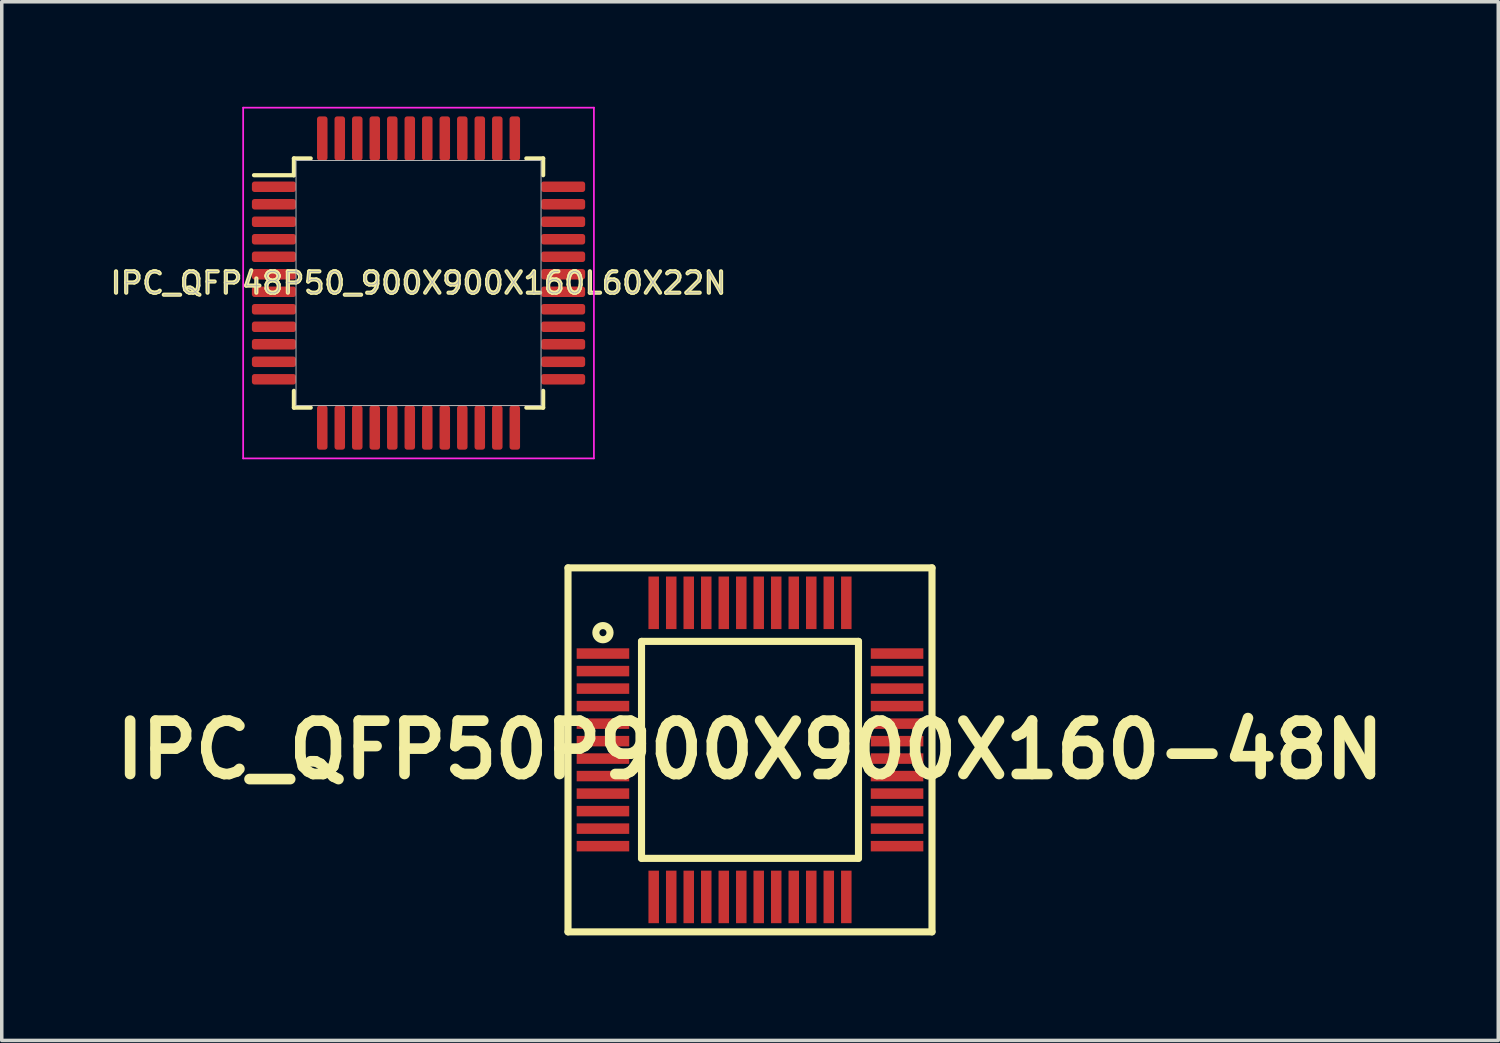
<source format=kicad_pcb>
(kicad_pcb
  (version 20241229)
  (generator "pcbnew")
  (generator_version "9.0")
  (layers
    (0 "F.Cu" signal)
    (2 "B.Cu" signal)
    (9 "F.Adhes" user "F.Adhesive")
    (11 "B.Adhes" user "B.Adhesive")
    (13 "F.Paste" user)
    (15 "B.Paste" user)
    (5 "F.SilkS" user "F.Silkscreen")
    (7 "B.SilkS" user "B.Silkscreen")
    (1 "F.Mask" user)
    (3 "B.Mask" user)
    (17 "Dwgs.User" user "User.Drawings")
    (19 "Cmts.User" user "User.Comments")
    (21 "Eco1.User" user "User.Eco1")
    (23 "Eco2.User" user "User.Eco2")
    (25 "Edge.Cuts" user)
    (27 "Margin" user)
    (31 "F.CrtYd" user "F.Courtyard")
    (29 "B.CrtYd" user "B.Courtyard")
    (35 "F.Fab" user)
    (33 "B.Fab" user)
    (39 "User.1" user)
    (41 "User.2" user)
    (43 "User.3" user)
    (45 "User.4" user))
  (footprint "IPC_QFP48P50_900X900X160L60X22N"
    (layer "F.Cu")
    (at 8.906 5.035)
    (property "Reference" "IPC_QFP48P50_900X900X160L60X22N" (at 0 0 0) (layer "F.SilkS") (effects (font (size 0.61 0.61) (thickness 0.12))))
    (attr smd)
    (fp_line (start -4.7 -3.08) (end -3.56 -3.08) (stroke (width 0.12) (type solid)) (layer "F.SilkS"))
    (fp_line (start -3.56 -3.56) (end -3.08 -3.56) (stroke (width 0.12) (type solid)) (layer "F.SilkS"))
    (fp_line (start -3.56 -3.08) (end -3.56 -3.56) (stroke (width 0.12) (type solid)) (layer "F.SilkS"))
    (fp_line (start -3.56 -3.08) (end -3.56 -3.08) (stroke (width 0.12) (type solid)) (layer "F.SilkS"))
    (fp_line (start -3.56 3.56) (end -3.56 3.08) (stroke (width 0.12) (type solid)) (layer "F.SilkS"))
    (fp_line (start -3.08 3.56) (end -3.56 3.56) (stroke (width 0.12) (type solid)) (layer "F.SilkS"))
    (fp_line (start 3.08 -3.56) (end 3.56 -3.56) (stroke (width 0.12) (type solid)) (layer "F.SilkS"))
    (fp_line (start 3.56 -3.56) (end 3.56 -3.08) (stroke (width 0.12) (type solid)) (layer "F.SilkS"))
    (fp_line (start 3.56 3.08) (end 3.56 3.56) (stroke (width 0.12) (type solid)) (layer "F.SilkS"))
    (fp_line (start 3.56 3.56) (end 3.08 3.56) (stroke (width 0.12) (type solid)) (layer "F.SilkS"))
    (fp_line (start -5.01 -5.01) (end 5.01 -5.01) (stroke (width 0.05) (type solid)) (layer "F.CrtYd"))
    (fp_line (start -5.01 5.01) (end -5.01 -5.01) (stroke (width 0.05) (type solid)) (layer "F.CrtYd"))
    (fp_line (start 5.01 -5.01) (end 5.01 5.01) (stroke (width 0.05) (type solid)) (layer "F.CrtYd"))
    (fp_line (start 5.01 5.01) (end -5.01 5.01) (stroke (width 0.05) (type solid)) (layer "F.CrtYd"))
    (fp_line (start -3.5 -3.5) (end 3.5 -3.5) (stroke (width 0.03) (type solid)) (layer "F.Fab"))
    (fp_line (start -3.5 3.5) (end -3.5 -3.5) (stroke (width 0.03) (type solid)) (layer "F.Fab"))
    (fp_line (start 3.5 -3.5) (end 3.5 3.5) (stroke (width 0.03) (type solid)) (layer "F.Fab"))
    (fp_line (start 3.5 3.5) (end -3.5 3.5) (stroke (width 0.03) (type solid)) (layer "F.Fab"))
    (fp_text user "${REFERENCE}" (at 0 0 0) (layer "F.Fab") (effects (font (size 0.61 0.61) (thickness 0.025))))
    (pad "1" smd roundrect (at -4.13 -2.75 270) (size 0.3 1.26) (layers "F.Cu" "F.Mask" "F.Paste") (roundrect_rratio 0.25))
    (pad "2" smd roundrect (at -4.13 -2.25 270) (size 0.3 1.26) (layers "F.Cu" "F.Mask" "F.Paste") (roundrect_rratio 0.25))
    (pad "3" smd roundrect (at -4.13 -1.75 270) (size 0.3 1.26) (layers "F.Cu" "F.Mask" "F.Paste") (roundrect_rratio 0.25))
    (pad "4" smd roundrect (at -4.13 -1.25 270) (size 0.3 1.26) (layers "F.Cu" "F.Mask" "F.Paste") (roundrect_rratio 0.25))
    (pad "5" smd roundrect (at -4.13 -0.75 270) (size 0.3 1.26) (layers "F.Cu" "F.Mask" "F.Paste") (roundrect_rratio 0.25))
    (pad "6" smd roundrect (at -4.13 -0.25 270) (size 0.3 1.26) (layers "F.Cu" "F.Mask" "F.Paste") (roundrect_rratio 0.25))
    (pad "7" smd roundrect (at -4.13 0.25 270) (size 0.3 1.26) (layers "F.Cu" "F.Mask" "F.Paste") (roundrect_rratio 0.25))
    (pad "8" smd roundrect (at -4.13 0.75 270) (size 0.3 1.26) (layers "F.Cu" "F.Mask" "F.Paste") (roundrect_rratio 0.25))
    (pad "9" smd roundrect (at -4.13 1.25 270) (size 0.3 1.26) (layers "F.Cu" "F.Mask" "F.Paste") (roundrect_rratio 0.25))
    (pad "10" smd roundrect (at -4.13 1.75 270) (size 0.3 1.26) (layers "F.Cu" "F.Mask" "F.Paste") (roundrect_rratio 0.25))
    (pad "11" smd roundrect (at -4.13 2.25 270) (size 0.3 1.26) (layers "F.Cu" "F.Mask" "F.Paste") (roundrect_rratio 0.25))
    (pad "12" smd roundrect (at -4.13 2.75 270) (size 0.3 1.26) (layers "F.Cu" "F.Mask" "F.Paste") (roundrect_rratio 0.25))
    (pad "13" smd roundrect (at -2.75 4.13) (size 0.3 1.26) (layers "F.Cu" "F.Mask" "F.Paste") (roundrect_rratio 0.25))
    (pad "14" smd roundrect (at -2.25 4.13) (size 0.3 1.26) (layers "F.Cu" "F.Mask" "F.Paste") (roundrect_rratio 0.25))
    (pad "15" smd roundrect (at -1.75 4.13) (size 0.3 1.26) (layers "F.Cu" "F.Mask" "F.Paste") (roundrect_rratio 0.25))
    (pad "16" smd roundrect (at -1.25 4.13) (size 0.3 1.26) (layers "F.Cu" "F.Mask" "F.Paste") (roundrect_rratio 0.25))
    (pad "17" smd roundrect (at -0.75 4.13) (size 0.3 1.26) (layers "F.Cu" "F.Mask" "F.Paste") (roundrect_rratio 0.25))
    (pad "18" smd roundrect (at -0.25 4.13) (size 0.3 1.26) (layers "F.Cu" "F.Mask" "F.Paste") (roundrect_rratio 0.25))
    (pad "19" smd roundrect (at 0.25 4.13) (size 0.3 1.26) (layers "F.Cu" "F.Mask" "F.Paste") (roundrect_rratio 0.25))
    (pad "20" smd roundrect (at 0.75 4.13) (size 0.3 1.26) (layers "F.Cu" "F.Mask" "F.Paste") (roundrect_rratio 0.25))
    (pad "21" smd roundrect (at 1.25 4.13) (size 0.3 1.26) (layers "F.Cu" "F.Mask" "F.Paste") (roundrect_rratio 0.25))
    (pad "22" smd roundrect (at 1.75 4.13) (size 0.3 1.26) (layers "F.Cu" "F.Mask" "F.Paste") (roundrect_rratio 0.25))
    (pad "23" smd roundrect (at 2.25 4.13) (size 0.3 1.26) (layers "F.Cu" "F.Mask" "F.Paste") (roundrect_rratio 0.25))
    (pad "24" smd roundrect (at 2.75 4.13) (size 0.3 1.26) (layers "F.Cu" "F.Mask" "F.Paste") (roundrect_rratio 0.25))
    (pad "25" smd roundrect (at 4.13 2.75 90) (size 0.3 1.26) (layers "F.Cu" "F.Mask" "F.Paste") (roundrect_rratio 0.25))
    (pad "26" smd roundrect (at 4.13 2.25 90) (size 0.3 1.26) (layers "F.Cu" "F.Mask" "F.Paste") (roundrect_rratio 0.25))
    (pad "27" smd roundrect (at 4.13 1.75 90) (size 0.3 1.26) (layers "F.Cu" "F.Mask" "F.Paste") (roundrect_rratio 0.25))
    (pad "28" smd roundrect (at 4.13 1.25 90) (size 0.3 1.26) (layers "F.Cu" "F.Mask" "F.Paste") (roundrect_rratio 0.25))
    (pad "29" smd roundrect (at 4.13 0.75 90) (size 0.3 1.26) (layers "F.Cu" "F.Mask" "F.Paste") (roundrect_rratio 0.25))
    (pad "30" smd roundrect (at 4.13 0.25 90) (size 0.3 1.26) (layers "F.Cu" "F.Mask" "F.Paste") (roundrect_rratio 0.25))
    (pad "31" smd roundrect (at 4.13 -0.25 90) (size 0.3 1.26) (layers "F.Cu" "F.Mask" "F.Paste") (roundrect_rratio 0.25))
    (pad "32" smd roundrect (at 4.13 -0.75 90) (size 0.3 1.26) (layers "F.Cu" "F.Mask" "F.Paste") (roundrect_rratio 0.25))
    (pad "33" smd roundrect (at 4.13 -1.25 90) (size 0.3 1.26) (layers "F.Cu" "F.Mask" "F.Paste") (roundrect_rratio 0.25))
    (pad "34" smd roundrect (at 4.13 -1.75 90) (size 0.3 1.26) (layers "F.Cu" "F.Mask" "F.Paste") (roundrect_rratio 0.25))
    (pad "35" smd roundrect (at 4.13 -2.25 90) (size 0.3 1.26) (layers "F.Cu" "F.Mask" "F.Paste") (roundrect_rratio 0.25))
    (pad "36" smd roundrect (at 4.13 -2.75 90) (size 0.3 1.26) (layers "F.Cu" "F.Mask" "F.Paste") (roundrect_rratio 0.25))
    (pad "37" smd roundrect (at 2.75 -4.13 180) (size 0.3 1.26) (layers "F.Cu" "F.Mask" "F.Paste") (roundrect_rratio 0.25))
    (pad "38" smd roundrect (at 2.25 -4.13 180) (size 0.3 1.26) (layers "F.Cu" "F.Mask" "F.Paste") (roundrect_rratio 0.25))
    (pad "39" smd roundrect (at 1.75 -4.13 180) (size 0.3 1.26) (layers "F.Cu" "F.Mask" "F.Paste") (roundrect_rratio 0.25))
    (pad "40" smd roundrect (at 1.25 -4.13 180) (size 0.3 1.26) (layers "F.Cu" "F.Mask" "F.Paste") (roundrect_rratio 0.25))
    (pad "41" smd roundrect (at 0.75 -4.13 180) (size 0.3 1.26) (layers "F.Cu" "F.Mask" "F.Paste") (roundrect_rratio 0.25))
    (pad "42" smd roundrect (at 0.25 -4.13 180) (size 0.3 1.26) (layers "F.Cu" "F.Mask" "F.Paste") (roundrect_rratio 0.25))
    (pad "43" smd roundrect (at -0.25 -4.13 180) (size 0.3 1.26) (layers "F.Cu" "F.Mask" "F.Paste") (roundrect_rratio 0.25))
    (pad "44" smd roundrect (at -0.75 -4.13 180) (size 0.3 1.26) (layers "F.Cu" "F.Mask" "F.Paste") (roundrect_rratio 0.25))
    (pad "45" smd roundrect (at -1.25 -4.13 180) (size 0.3 1.26) (layers "F.Cu" "F.Mask" "F.Paste") (roundrect_rratio 0.25))
    (pad "46" smd roundrect (at -1.75 -4.13 180) (size 0.3 1.26) (layers "F.Cu" "F.Mask" "F.Paste") (roundrect_rratio 0.25))
    (pad "47" smd roundrect (at -2.25 -4.13 180) (size 0.3 1.26) (layers "F.Cu" "F.Mask" "F.Paste") (roundrect_rratio 0.25))
    (pad "48" smd roundrect (at -2.75 -4.13 180) (size 0.3 1.26) (layers "F.Cu" "F.Mask" "F.Paste") (roundrect_rratio 0.25)))
  (footprint "IPC_QFP50P900X900X160-48N"
    (layer "F.Cu")
    (at 18.375 18.371)
    (property "Reference" "IPC_QFP50P900X900X160-48N" (at 0 0 0) (layer "F.SilkS") (effects (font (size 1.524 1.524) (thickness 0.305))))
    (attr through_hole)
    (fp_line (start -5.199 -5.199) (end 5.199 -5.199) (stroke (width 0.203) (type solid)) (layer "F.SilkS"))
    (fp_line (start -5.199 5.199) (end -5.199 -5.199) (stroke (width 0.203) (type solid)) (layer "F.SilkS"))
    (fp_line (start -3.099 -3.099) (end 3.099 -3.099) (stroke (width 0.203) (type solid)) (layer "F.SilkS"))
    (fp_line (start -3.099 3.099) (end -3.099 -3.099) (stroke (width 0.203) (type solid)) (layer "F.SilkS"))
    (fp_line (start 3.099 -3.099) (end 3.099 3.099) (stroke (width 0.203) (type solid)) (layer "F.SilkS"))
    (fp_line (start 3.099 3.099) (end -3.099 3.099) (stroke (width 0.203) (type solid)) (layer "F.SilkS"))
    (fp_line (start 5.199 -5.199) (end 5.199 5.199) (stroke (width 0.203) (type solid)) (layer "F.SilkS"))
    (fp_line (start 5.199 5.199) (end -5.199 5.199) (stroke (width 0.203) (type solid)) (layer "F.SilkS"))
    (fp_circle (center -4.201 -3.348) (end -4.1 -3.348) (stroke (width 0.203) (type solid)) (fill no) (layer "F.SilkS"))
    (pad "1" smd rect (at -4.201 -2.751) (size 1.501 0.3) (layers "F.Cu" "F.Mask" "F.Paste"))
    (pad "2" smd rect (at -4.201 -2.25) (size 1.501 0.3) (layers "F.Cu" "F.Mask" "F.Paste"))
    (pad "3" smd rect (at -4.201 -1.75) (size 1.501 0.3) (layers "F.Cu" "F.Mask" "F.Paste"))
    (pad "4" smd rect (at -4.201 -1.25) (size 1.501 0.3) (layers "F.Cu" "F.Mask" "F.Paste"))
    (pad "5" smd rect (at -4.201 -0.749) (size 1.501 0.3) (layers "F.Cu" "F.Mask" "F.Paste"))
    (pad "6" smd rect (at -4.201 -0.249) (size 1.501 0.3) (layers "F.Cu" "F.Mask" "F.Paste"))
    (pad "7" smd rect (at -4.201 0.249) (size 1.501 0.3) (layers "F.Cu" "F.Mask" "F.Paste"))
    (pad "8" smd rect (at -4.201 0.749) (size 1.501 0.3) (layers "F.Cu" "F.Mask" "F.Paste"))
    (pad "9" smd rect (at -4.201 1.25) (size 1.501 0.3) (layers "F.Cu" "F.Mask" "F.Paste"))
    (pad "10" smd rect (at -4.201 1.75) (size 1.501 0.3) (layers "F.Cu" "F.Mask" "F.Paste"))
    (pad "11" smd rect (at -4.201 2.25) (size 1.501 0.3) (layers "F.Cu" "F.Mask" "F.Paste"))
    (pad "12" smd rect (at -4.201 2.751) (size 1.501 0.3) (layers "F.Cu" "F.Mask" "F.Paste"))
    (pad "13" smd rect (at -2.751 4.201 90) (size 1.501 0.3) (layers "F.Cu" "F.Mask" "F.Paste"))
    (pad "14" smd rect (at -2.25 4.201 90) (size 1.501 0.3) (layers "F.Cu" "F.Mask" "F.Paste"))
    (pad "15" smd rect (at -1.75 4.201 90) (size 1.501 0.3) (layers "F.Cu" "F.Mask" "F.Paste"))
    (pad "16" smd rect (at -1.25 4.201 90) (size 1.501 0.3) (layers "F.Cu" "F.Mask" "F.Paste"))
    (pad "17" smd rect (at -0.749 4.201 90) (size 1.501 0.3) (layers "F.Cu" "F.Mask" "F.Paste"))
    (pad "18" smd rect (at -0.249 4.201 90) (size 1.501 0.3) (layers "F.Cu" "F.Mask" "F.Paste"))
    (pad "19" smd rect (at 0.249 4.201 90) (size 1.501 0.3) (layers "F.Cu" "F.Mask" "F.Paste"))
    (pad "20" smd rect (at 0.749 4.201 90) (size 1.501 0.3) (layers "F.Cu" "F.Mask" "F.Paste"))
    (pad "21" smd rect (at 1.25 4.201 90) (size 1.501 0.3) (layers "F.Cu" "F.Mask" "F.Paste"))
    (pad "22" smd rect (at 1.75 4.201 90) (size 1.501 0.3) (layers "F.Cu" "F.Mask" "F.Paste"))
    (pad "23" smd rect (at 2.25 4.201 90) (size 1.501 0.3) (layers "F.Cu" "F.Mask" "F.Paste"))
    (pad "24" smd rect (at 2.751 4.201 90) (size 1.501 0.3) (layers "F.Cu" "F.Mask" "F.Paste"))
    (pad "25" smd rect (at 4.201 2.751 180) (size 1.501 0.3) (layers "F.Cu" "F.Mask" "F.Paste"))
    (pad "26" smd rect (at 4.201 2.25 180) (size 1.501 0.3) (layers "F.Cu" "F.Mask" "F.Paste"))
    (pad "27" smd rect (at 4.201 1.75 180) (size 1.501 0.3) (layers "F.Cu" "F.Mask" "F.Paste"))
    (pad "28" smd rect (at 4.201 1.25 180) (size 1.501 0.3) (layers "F.Cu" "F.Mask" "F.Paste"))
    (pad "29" smd rect (at 4.201 0.749 180) (size 1.501 0.3) (layers "F.Cu" "F.Mask" "F.Paste"))
    (pad "30" smd rect (at 4.201 0.249 180) (size 1.501 0.3) (layers "F.Cu" "F.Mask" "F.Paste"))
    (pad "31" smd rect (at 4.201 -0.249 180) (size 1.501 0.3) (layers "F.Cu" "F.Mask" "F.Paste"))
    (pad "32" smd rect (at 4.201 -0.749 180) (size 1.501 0.3) (layers "F.Cu" "F.Mask" "F.Paste"))
    (pad "33" smd rect (at 4.201 -1.25 180) (size 1.501 0.3) (layers "F.Cu" "F.Mask" "F.Paste"))
    (pad "34" smd rect (at 4.201 -1.75 180) (size 1.501 0.3) (layers "F.Cu" "F.Mask" "F.Paste"))
    (pad "35" smd rect (at 4.201 -2.25 180) (size 1.501 0.3) (layers "F.Cu" "F.Mask" "F.Paste"))
    (pad "36" smd rect (at 4.201 -2.751 180) (size 1.501 0.3) (layers "F.Cu" "F.Mask" "F.Paste"))
    (pad "37" smd rect (at 2.751 -4.201 270) (size 1.501 0.3) (layers "F.Cu" "F.Mask" "F.Paste"))
    (pad "38" smd rect (at 2.25 -4.201 270) (size 1.501 0.3) (layers "F.Cu" "F.Mask" "F.Paste"))
    (pad "39" smd rect (at 1.75 -4.201 270) (size 1.501 0.3) (layers "F.Cu" "F.Mask" "F.Paste"))
    (pad "40" smd rect (at 1.25 -4.201 270) (size 1.501 0.3) (layers "F.Cu" "F.Mask" "F.Paste"))
    (pad "41" smd rect (at 0.749 -4.201 270) (size 1.501 0.3) (layers "F.Cu" "F.Mask" "F.Paste"))
    (pad "42" smd rect (at 0.249 -4.201 270) (size 1.501 0.3) (layers "F.Cu" "F.Mask" "F.Paste"))
    (pad "43" smd rect (at -0.249 -4.201 270) (size 1.501 0.3) (layers "F.Cu" "F.Mask" "F.Paste"))
    (pad "44" smd rect (at -0.749 -4.201 270) (size 1.501 0.3) (layers "F.Cu" "F.Mask" "F.Paste"))
    (pad "45" smd rect (at -1.25 -4.201 270) (size 1.501 0.3) (layers "F.Cu" "F.Mask" "F.Paste"))
    (pad "46" smd rect (at -1.75 -4.201 270) (size 1.501 0.3) (layers "F.Cu" "F.Mask" "F.Paste"))
    (pad "47" smd rect (at -2.25 -4.201 270) (size 1.501 0.3) (layers "F.Cu" "F.Mask" "F.Paste"))
    (pad "48" smd rect (at -2.751 -4.201 270) (size 1.501 0.3) (layers "F.Cu" "F.Mask" "F.Paste")))
  (gr_rect
    (start -3 -3)
    (end 39.75 26.672)
    (stroke (width 0.1) (type default))
    (fill no)
    (layer "Edge.Cuts")))
</source>
